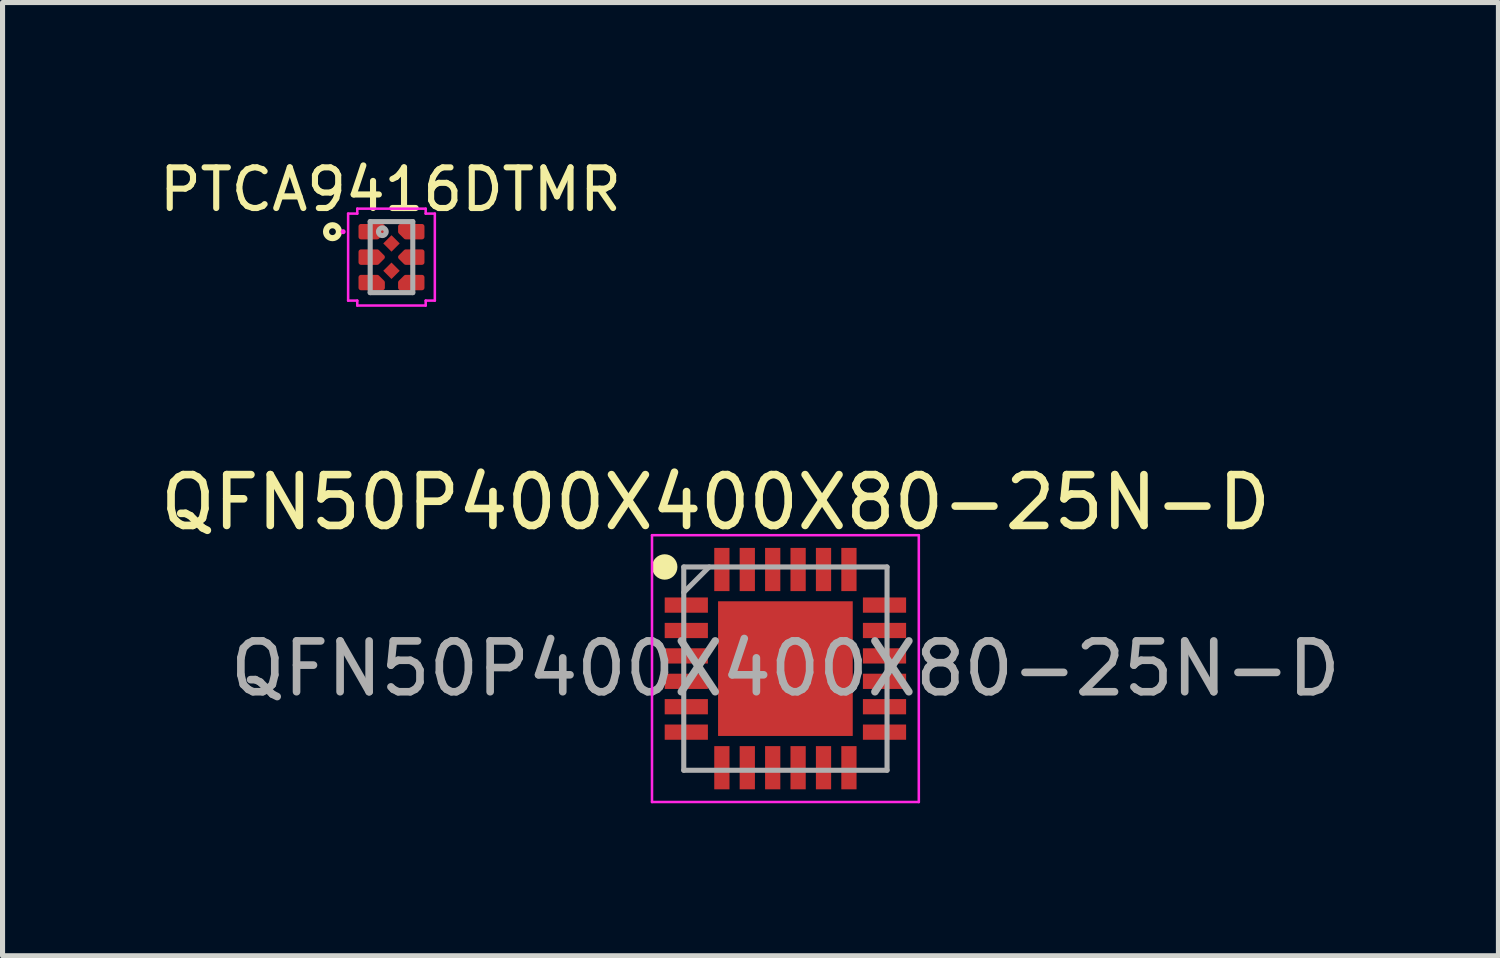
<source format=kicad_pcb>
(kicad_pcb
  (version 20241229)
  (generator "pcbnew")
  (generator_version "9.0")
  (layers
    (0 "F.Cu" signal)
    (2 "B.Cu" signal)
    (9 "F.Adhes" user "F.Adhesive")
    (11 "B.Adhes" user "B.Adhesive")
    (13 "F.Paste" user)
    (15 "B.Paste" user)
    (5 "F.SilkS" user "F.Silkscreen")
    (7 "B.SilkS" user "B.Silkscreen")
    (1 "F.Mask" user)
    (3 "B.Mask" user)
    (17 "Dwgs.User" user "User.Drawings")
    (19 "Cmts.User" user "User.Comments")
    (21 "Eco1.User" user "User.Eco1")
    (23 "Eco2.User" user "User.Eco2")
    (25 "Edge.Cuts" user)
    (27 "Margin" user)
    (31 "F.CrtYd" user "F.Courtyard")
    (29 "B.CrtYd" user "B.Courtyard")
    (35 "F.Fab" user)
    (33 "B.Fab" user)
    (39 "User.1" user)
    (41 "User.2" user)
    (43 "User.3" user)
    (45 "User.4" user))
  (footprint "QFN50P400X400X80-25N-D"
    (layer "F.Cu")
    (at 12.404 10.106)
    (property "Reference" "QFN50P400X400X80-25N-D" (at -1.374 -3.272 0) (layer "F.SilkS") (effects (font (size 1 1) (thickness 0.15))))
    (attr smd)
    (fp_circle (center -2.375 -2) (end -2.375 -1.875) (stroke (width 0.25) (type solid)) (fill no) (layer "F.SilkS"))
    (fp_line (start -2.625 -2.625) (end 2.625 -2.625) (stroke (width 0.05) (type solid)) (layer "F.CrtYd"))
    (fp_line (start -2.625 2.625) (end -2.625 -2.625) (stroke (width 0.05) (type solid)) (layer "F.CrtYd"))
    (fp_line (start 2.625 -2.625) (end 2.625 2.625) (stroke (width 0.05) (type solid)) (layer "F.CrtYd"))
    (fp_line (start 2.625 2.625) (end -2.625 2.625) (stroke (width 0.05) (type solid)) (layer "F.CrtYd"))
    (fp_line (start -2 -2) (end 2 -2) (stroke (width 0.1) (type solid)) (layer "F.Fab"))
    (fp_line (start -2 -1.5) (end -1.5 -2) (stroke (width 0.1) (type solid)) (layer "F.Fab"))
    (fp_line (start -2 2) (end -2 -2) (stroke (width 0.1) (type solid)) (layer "F.Fab"))
    (fp_line (start 2 -2) (end 2 2) (stroke (width 0.1) (type solid)) (layer "F.Fab"))
    (fp_line (start 2 2) (end -2 2) (stroke (width 0.1) (type solid)) (layer "F.Fab"))
    (fp_text user "${REFERENCE}" (at 0 0 0) (layer "F.Fab") (effects (font (size 1 1) (thickness 0.15))))
    (pad "1" smd rect (at -1.95 -1.25 90) (size 0.3 0.85) (layers "F.Cu" "F.Mask" "F.Paste"))
    (pad "2" smd rect (at -1.95 -0.75 90) (size 0.3 0.85) (layers "F.Cu" "F.Mask" "F.Paste"))
    (pad "3" smd rect (at -1.95 -0.25 90) (size 0.3 0.85) (layers "F.Cu" "F.Mask" "F.Paste"))
    (pad "4" smd rect (at -1.95 0.25 90) (size 0.3 0.85) (layers "F.Cu" "F.Mask" "F.Paste"))
    (pad "5" smd rect (at -1.95 0.75 90) (size 0.3 0.85) (layers "F.Cu" "F.Mask" "F.Paste"))
    (pad "6" smd rect (at -1.95 1.25 90) (size 0.3 0.85) (layers "F.Cu" "F.Mask" "F.Paste"))
    (pad "7" smd rect (at -1.25 1.95) (size 0.3 0.85) (layers "F.Cu" "F.Mask" "F.Paste"))
    (pad "8" smd rect (at -0.75 1.95) (size 0.3 0.85) (layers "F.Cu" "F.Mask" "F.Paste"))
    (pad "9" smd rect (at -0.25 1.95) (size 0.3 0.85) (layers "F.Cu" "F.Mask" "F.Paste"))
    (pad "10" smd rect (at 0.25 1.95) (size 0.3 0.85) (layers "F.Cu" "F.Mask" "F.Paste"))
    (pad "11" smd rect (at 0.75 1.95) (size 0.3 0.85) (layers "F.Cu" "F.Mask" "F.Paste"))
    (pad "12" smd rect (at 1.25 1.95) (size 0.3 0.85) (layers "F.Cu" "F.Mask" "F.Paste"))
    (pad "13" smd rect (at 1.95 1.25 90) (size 0.3 0.85) (layers "F.Cu" "F.Mask" "F.Paste"))
    (pad "14" smd rect (at 1.95 0.75 90) (size 0.3 0.85) (layers "F.Cu" "F.Mask" "F.Paste"))
    (pad "15" smd rect (at 1.95 0.25 90) (size 0.3 0.85) (layers "F.Cu" "F.Mask" "F.Paste"))
    (pad "16" smd rect (at 1.95 -0.25 90) (size 0.3 0.85) (layers "F.Cu" "F.Mask" "F.Paste"))
    (pad "17" smd rect (at 1.95 -0.75 90) (size 0.3 0.85) (layers "F.Cu" "F.Mask" "F.Paste"))
    (pad "18" smd rect (at 1.95 -1.25 90) (size 0.3 0.85) (layers "F.Cu" "F.Mask" "F.Paste"))
    (pad "19" smd rect (at 1.25 -1.95) (size 0.3 0.85) (layers "F.Cu" "F.Mask" "F.Paste"))
    (pad "20" smd rect (at 0.75 -1.95) (size 0.3 0.85) (layers "F.Cu" "F.Mask" "F.Paste"))
    (pad "21" smd rect (at 0.25 -1.95) (size 0.3 0.85) (layers "F.Cu" "F.Mask" "F.Paste"))
    (pad "22" smd rect (at -0.25 -1.95) (size 0.3 0.85) (layers "F.Cu" "F.Mask" "F.Paste"))
    (pad "23" smd rect (at -0.75 -1.95) (size 0.3 0.85) (layers "F.Cu" "F.Mask" "F.Paste"))
    (pad "24" smd rect (at -1.25 -1.95) (size 0.3 0.85) (layers "F.Cu" "F.Mask" "F.Paste"))
    (pad "25" smd rect (at 0 0) (size 2.65 2.65) (layers "F.Cu" "F.Mask" "F.Paste")))
  (footprint "PTCA9416DTMR"
    (layer "F.Cu")
    (at 4.653 2.009)
    (property "Reference" "PTCA9416DTMR" (at -0.02 -1.33 0) (layer "F.SilkS") (effects (font (size 0.8 0.8) (thickness 0.12))))
    (attr through_hole)
    (fp_poly (pts (xy -0.599 -0.602) (xy -0.599 -0.399) (xy -0.282 -0.399) (xy -0.18 -0.5) (xy -0.18 -0.602)) (stroke (width 0.1) (type solid)) (fill yes) (layer "F.Cu"))
    (fp_poly (pts (xy -0.599 -0.102) (xy -0.599 0.102) (xy -0.282 0.102) (xy -0.18 0) (xy -0.282 -0.102)) (stroke (width 0.1) (type solid)) (fill yes) (layer "F.Cu"))
    (fp_poly (pts (xy -0.599 0.602) (xy -0.599 0.399) (xy -0.282 0.399) (xy -0.18 0.5) (xy -0.18 0.602)) (stroke (width 0.1) (type solid)) (fill yes) (layer "F.Cu"))
    (fp_poly (pts (xy 0.599 -0.602) (xy 0.599 -0.399) (xy 0.282 -0.399) (xy 0.18 -0.5) (xy 0.18 -0.602)) (stroke (width 0.1) (type solid)) (fill yes) (layer "F.Cu"))
    (fp_poly (pts (xy 0.599 -0.102) (xy 0.599 0.102) (xy 0.282 0.102) (xy 0.18 0) (xy 0.282 -0.102)) (stroke (width 0.1) (type solid)) (fill yes) (layer "F.Cu"))
    (fp_poly (pts (xy 0.599 0.602) (xy 0.599 0.399) (xy 0.282 0.399) (xy 0.18 0.5) (xy 0.18 0.602)) (stroke (width 0.1) (type solid)) (fill yes) (layer "F.Cu"))
    (fp_poly (pts (xy -0.599 -0.602) (xy -0.599 -0.399) (xy -0.282 -0.399) (xy -0.18 -0.5) (xy -0.18 -0.602)) (stroke (width 0.1) (type solid)) (fill yes) (layer "F.Mask"))
    (fp_poly (pts (xy -0.599 -0.102) (xy -0.599 0.102) (xy -0.282 0.102) (xy -0.18 0) (xy -0.282 -0.102)) (stroke (width 0.1) (type solid)) (fill yes) (layer "F.Mask"))
    (fp_poly (pts (xy -0.599 0.602) (xy -0.599 0.399) (xy -0.282 0.399) (xy -0.18 0.5) (xy -0.18 0.602)) (stroke (width 0.1) (type solid)) (fill yes) (layer "F.Mask"))
    (fp_poly (pts (xy 0.599 -0.602) (xy 0.599 -0.399) (xy 0.282 -0.399) (xy 0.18 -0.5) (xy 0.18 -0.602)) (stroke (width 0.1) (type solid)) (fill yes) (layer "F.Mask"))
    (fp_poly (pts (xy 0.599 -0.102) (xy 0.599 0.102) (xy 0.282 0.102) (xy 0.18 0) (xy 0.282 -0.102)) (stroke (width 0.1) (type solid)) (fill yes) (layer "F.Mask"))
    (fp_poly (pts (xy 0.599 0.602) (xy 0.599 0.399) (xy 0.282 0.399) (xy 0.18 0.5) (xy 0.18 0.602)) (stroke (width 0.1) (type solid)) (fill yes) (layer "F.Mask"))
    (fp_circle (center -1.161 -0.5) (end -1.034 -0.5) (stroke (width 0.12) (type solid)) (fill no) (layer "F.SilkS"))
    (fp_poly (pts (xy -0.599 -0.602) (xy -0.599 -0.399) (xy -0.282 -0.399) (xy -0.18 -0.5) (xy -0.18 -0.602)) (stroke (width 0.1) (type solid)) (fill yes) (layer "F.Paste"))
    (fp_poly (pts (xy -0.599 -0.102) (xy -0.599 0.102) (xy -0.282 0.102) (xy -0.18 0) (xy -0.282 -0.102)) (stroke (width 0.1) (type solid)) (fill yes) (layer "F.Paste"))
    (fp_poly (pts (xy -0.599 0.602) (xy -0.599 0.399) (xy -0.282 0.399) (xy -0.18 0.5) (xy -0.18 0.602)) (stroke (width 0.1) (type solid)) (fill yes) (layer "F.Paste"))
    (fp_poly (pts (xy 0.599 -0.602) (xy 0.599 -0.399) (xy 0.282 -0.399) (xy 0.18 -0.5) (xy 0.18 -0.602)) (stroke (width 0.1) (type solid)) (fill yes) (layer "F.Paste"))
    (fp_poly (pts (xy 0.599 -0.102) (xy 0.599 0.102) (xy 0.282 0.102) (xy 0.18 0) (xy 0.282 -0.102)) (stroke (width 0.1) (type solid)) (fill yes) (layer "F.Paste"))
    (fp_poly (pts (xy 0.599 0.602) (xy 0.599 0.399) (xy 0.282 0.399) (xy 0.18 0.5) (xy 0.18 0.602)) (stroke (width 0.1) (type solid)) (fill yes) (layer "F.Paste"))
    (fp_line (start -0.853 -0.856) (end -0.673 -0.856) (stroke (width 0.05) (type solid)) (layer "F.CrtYd"))
    (fp_line (start -0.853 0.856) (end -0.853 -0.856) (stroke (width 0.05) (type solid)) (layer "F.CrtYd"))
    (fp_line (start -0.673 -0.953) (end 0.673 -0.953) (stroke (width 0.05) (type solid)) (layer "F.CrtYd"))
    (fp_line (start -0.673 -0.856) (end -0.673 -0.953) (stroke (width 0.05) (type solid)) (layer "F.CrtYd"))
    (fp_line (start -0.673 0.856) (end -0.853 0.856) (stroke (width 0.05) (type solid)) (layer "F.CrtYd"))
    (fp_line (start -0.673 0.953) (end -0.673 0.856) (stroke (width 0.05) (type solid)) (layer "F.CrtYd"))
    (fp_line (start 0.673 -0.953) (end 0.673 -0.856) (stroke (width 0.05) (type solid)) (layer "F.CrtYd"))
    (fp_line (start 0.673 -0.856) (end 0.853 -0.856) (stroke (width 0.05) (type solid)) (layer "F.CrtYd"))
    (fp_line (start 0.673 0.856) (end 0.673 0.953) (stroke (width 0.05) (type solid)) (layer "F.CrtYd"))
    (fp_line (start 0.673 0.953) (end -0.673 0.953) (stroke (width 0.05) (type solid)) (layer "F.CrtYd"))
    (fp_line (start 0.853 -0.856) (end 0.853 0.856) (stroke (width 0.05) (type solid)) (layer "F.CrtYd"))
    (fp_line (start 0.853 0.856) (end 0.673 0.856) (stroke (width 0.05) (type solid)) (layer "F.CrtYd"))
    (fp_circle (center -0.951 -0.5) (end -0.951 -0.5) (stroke (width 0.05) (type solid)) (fill no) (layer "F.CrtYd"))
    (fp_line (start -0.419 -0.699) (end -0.419 0.699) (stroke (width 0.1) (type solid)) (layer "F.Fab"))
    (fp_line (start -0.419 0.699) (end 0.419 0.699) (stroke (width 0.1) (type solid)) (layer "F.Fab"))
    (fp_line (start 0.419 -0.699) (end -0.419 -0.699) (stroke (width 0.1) (type solid)) (layer "F.Fab"))
    (fp_line (start 0.419 0.699) (end 0.419 -0.699) (stroke (width 0.1) (type solid)) (layer "F.Fab"))
    (fp_circle (center -0.18 -0.5) (end -0.104 -0.5) (stroke (width 0.1) (type solid)) (fill no) (layer "F.Fab"))
    (pad "1" smd rect (at -0.447 -0.5) (size 0.305 0.203) (layers "F.Cu" "F.Mask" "F.Paste"))
    (pad "2" smd rect (at -0.447 0) (size 0.305 0.203) (layers "F.Cu" "F.Mask" "F.Paste"))
    (pad "3" smd rect (at -0.447 0.5) (size 0.305 0.203) (layers "F.Cu" "F.Mask" "F.Paste"))
    (pad "4" smd rect (at 0 0.269 45) (size 0.229 0.229) (layers "F.Cu" "F.Mask" "F.Paste"))
    (pad "5" smd rect (at 0.447 0.5) (size 0.305 0.203) (layers "F.Cu" "F.Mask" "F.Paste"))
    (pad "6" smd rect (at 0.447 0) (size 0.305 0.203) (layers "F.Cu" "F.Mask" "F.Paste"))
    (pad "7" smd rect (at 0.447 -0.5) (size 0.305 0.203) (layers "F.Cu" "F.Mask" "F.Paste"))
    (pad "8" smd rect (at 0 -0.269 45) (size 0.229 0.229) (layers "F.Cu" "F.Mask" "F.Paste")))
  (gr_rect
    (start -3 -3)
    (end 26.434 15.756)
    (stroke (width 0.1) (type default))
    (fill no)
    (layer "Edge.Cuts")))
</source>
